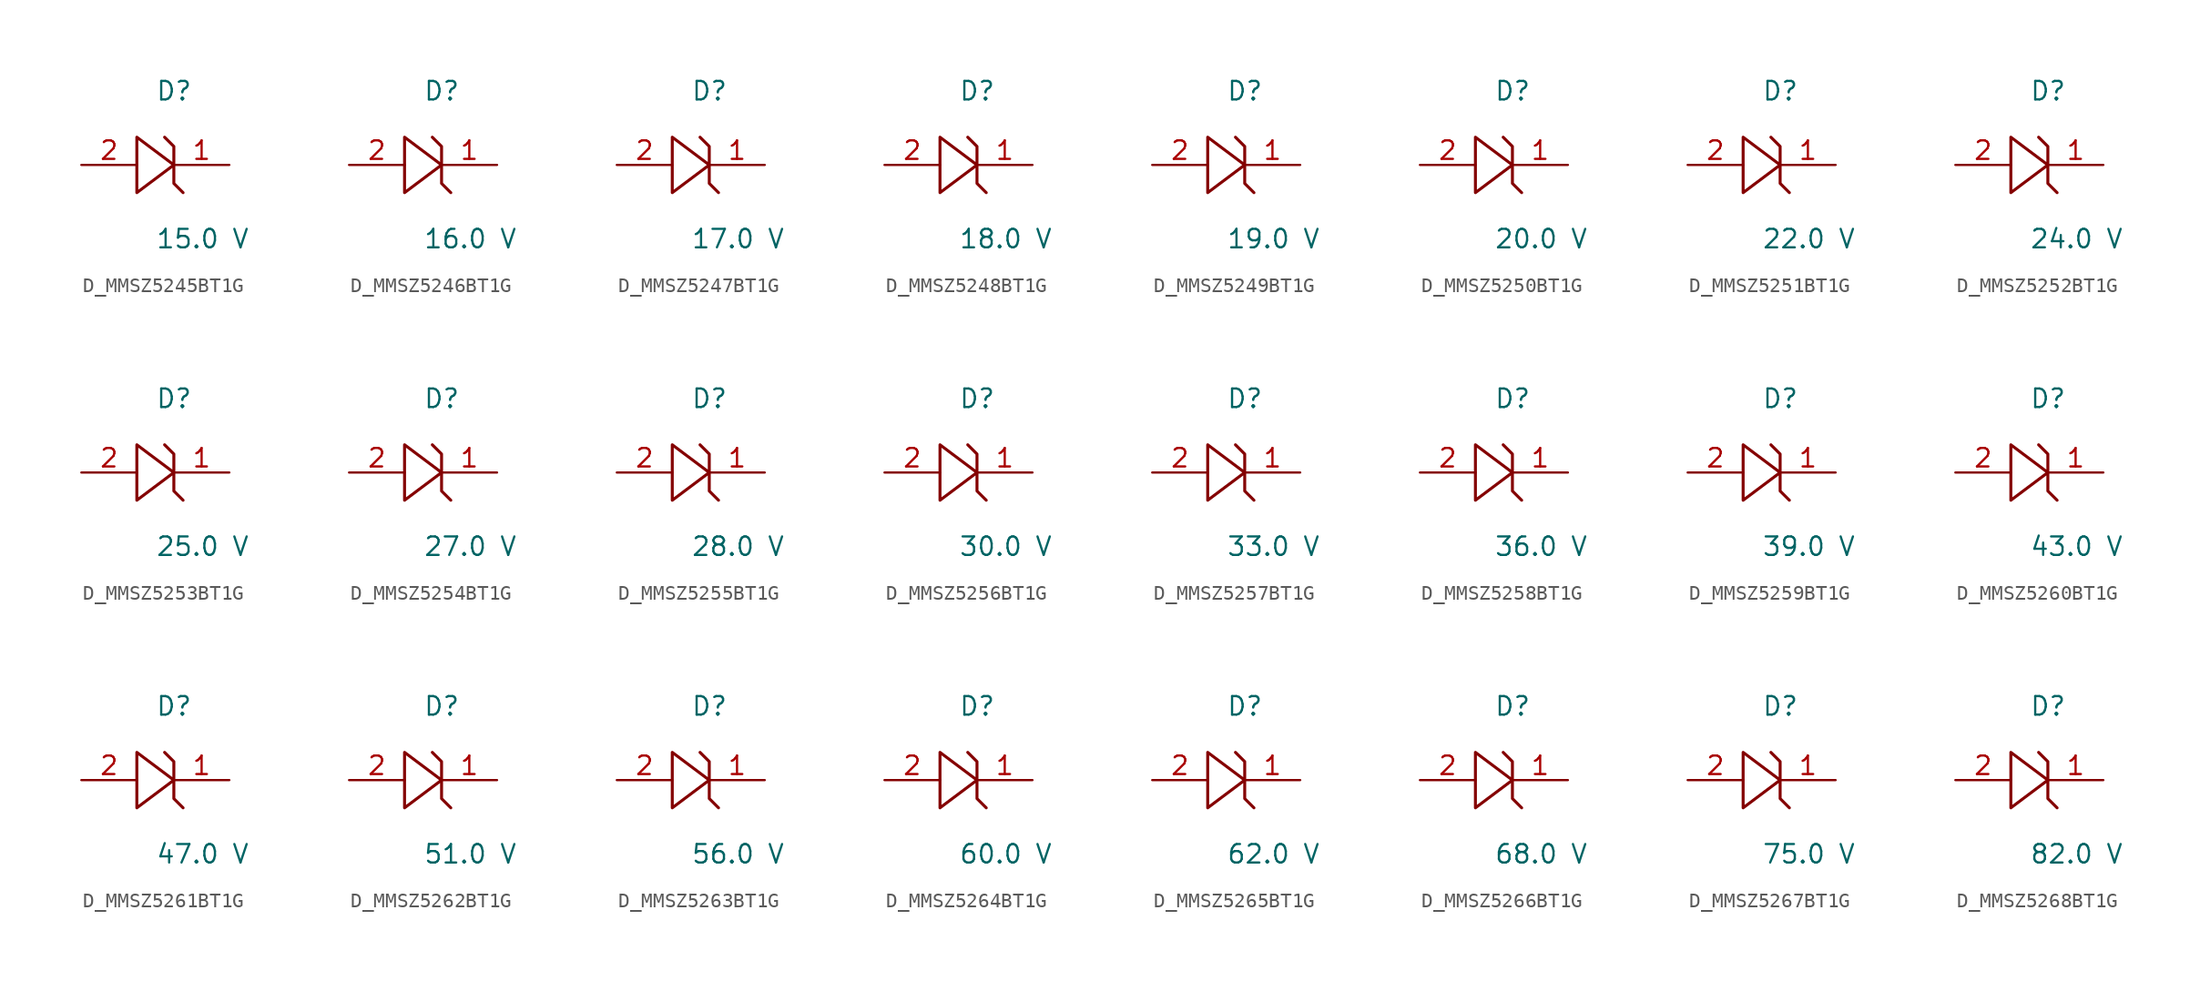
<source format=kicad_sym>
(kicad_symbol_lib
  (version 20231120)
  (generator kicad_symbol_editor)
  (generator_version 8.0)
  (symbol "D_MMSZ5245BT1G"
    (pin_names
      (offset 0.254))
    (property "Reference" "D"
      (at 0.0 5.08 0)
      (effects (font (size 1.27 1.27)) (justify left)))
    (property "Value" "15.0 V"
      (at 0.0 -5.08 0)
      (effects (font (size 1.27 1.27)) (justify left)))
    (symbol "D_MMSZ5245BT1G_1_0"
      (polyline (pts (xy 0.635 1.905) (xy 1.27 1.27) (xy 1.27 0) (xy -1.27 1.905) (xy -1.27 -1.905) (xy 1.27 0) (xy 1.27 -1.27) (xy 1.905 -1.905)) (stroke (width 0.203) (type default)) (fill (type none)))
      (pin unspecified line (at 5.08 0 180) (length 3.81) (name "" (effects (font (size 1.27 1.27)))) (number "1" (effects (font (size 1.27 1.27)))))
      (pin unspecified line (at -5.08 0 0) (length 3.81) (name "" (effects (font (size 1.27 1.27)))) (number "2" (effects (font (size 1.27 1.27)))))))
  (symbol "D_MMSZ5246BT1G"
    (pin_names
      (offset 0.254))
    (property "Reference" "D"
      (at 0.0 5.08 0)
      (effects (font (size 1.27 1.27)) (justify left)))
    (property "Value" "16.0 V"
      (at 0.0 -5.08 0)
      (effects (font (size 1.27 1.27)) (justify left)))
    (symbol "D_MMSZ5246BT1G_1_0"
      (polyline (pts (xy 0.635 1.905) (xy 1.27 1.27) (xy 1.27 0) (xy -1.27 1.905) (xy -1.27 -1.905) (xy 1.27 0) (xy 1.27 -1.27) (xy 1.905 -1.905)) (stroke (width 0.203) (type default)) (fill (type none)))
      (pin unspecified line (at 5.08 0 180) (length 3.81) (name "" (effects (font (size 1.27 1.27)))) (number "1" (effects (font (size 1.27 1.27)))))
      (pin unspecified line (at -5.08 0 0) (length 3.81) (name "" (effects (font (size 1.27 1.27)))) (number "2" (effects (font (size 1.27 1.27)))))))
  (symbol "D_MMSZ5247BT1G"
    (pin_names
      (offset 0.254))
    (property "Reference" "D"
      (at 0.0 5.08 0)
      (effects (font (size 1.27 1.27)) (justify left)))
    (property "Value" "17.0 V"
      (at 0.0 -5.08 0)
      (effects (font (size 1.27 1.27)) (justify left)))
    (symbol "D_MMSZ5247BT1G_1_0"
      (polyline (pts (xy 0.635 1.905) (xy 1.27 1.27) (xy 1.27 0) (xy -1.27 1.905) (xy -1.27 -1.905) (xy 1.27 0) (xy 1.27 -1.27) (xy 1.905 -1.905)) (stroke (width 0.203) (type default)) (fill (type none)))
      (pin unspecified line (at 5.08 0 180) (length 3.81) (name "" (effects (font (size 1.27 1.27)))) (number "1" (effects (font (size 1.27 1.27)))))
      (pin unspecified line (at -5.08 0 0) (length 3.81) (name "" (effects (font (size 1.27 1.27)))) (number "2" (effects (font (size 1.27 1.27)))))))
  (symbol "D_MMSZ5248BT1G"
    (pin_names
      (offset 0.254))
    (property "Reference" "D"
      (at 0.0 5.08 0)
      (effects (font (size 1.27 1.27)) (justify left)))
    (property "Value" "18.0 V"
      (at 0.0 -5.08 0)
      (effects (font (size 1.27 1.27)) (justify left)))
    (symbol "D_MMSZ5248BT1G_1_0"
      (polyline (pts (xy 0.635 1.905) (xy 1.27 1.27) (xy 1.27 0) (xy -1.27 1.905) (xy -1.27 -1.905) (xy 1.27 0) (xy 1.27 -1.27) (xy 1.905 -1.905)) (stroke (width 0.203) (type default)) (fill (type none)))
      (pin unspecified line (at 5.08 0 180) (length 3.81) (name "" (effects (font (size 1.27 1.27)))) (number "1" (effects (font (size 1.27 1.27)))))
      (pin unspecified line (at -5.08 0 0) (length 3.81) (name "" (effects (font (size 1.27 1.27)))) (number "2" (effects (font (size 1.27 1.27)))))))
  (symbol "D_MMSZ5249BT1G"
    (pin_names
      (offset 0.254))
    (property "Reference" "D"
      (at 0.0 5.08 0)
      (effects (font (size 1.27 1.27)) (justify left)))
    (property "Value" "19.0 V"
      (at 0.0 -5.08 0)
      (effects (font (size 1.27 1.27)) (justify left)))
    (symbol "D_MMSZ5249BT1G_1_0"
      (polyline (pts (xy 0.635 1.905) (xy 1.27 1.27) (xy 1.27 0) (xy -1.27 1.905) (xy -1.27 -1.905) (xy 1.27 0) (xy 1.27 -1.27) (xy 1.905 -1.905)) (stroke (width 0.203) (type default)) (fill (type none)))
      (pin unspecified line (at 5.08 0 180) (length 3.81) (name "" (effects (font (size 1.27 1.27)))) (number "1" (effects (font (size 1.27 1.27)))))
      (pin unspecified line (at -5.08 0 0) (length 3.81) (name "" (effects (font (size 1.27 1.27)))) (number "2" (effects (font (size 1.27 1.27)))))))
  (symbol "D_MMSZ5250BT1G"
    (pin_names
      (offset 0.254))
    (property "Reference" "D"
      (at 0.0 5.08 0)
      (effects (font (size 1.27 1.27)) (justify left)))
    (property "Value" "20.0 V"
      (at 0.0 -5.08 0)
      (effects (font (size 1.27 1.27)) (justify left)))
    (symbol "D_MMSZ5250BT1G_1_0"
      (polyline (pts (xy 0.635 1.905) (xy 1.27 1.27) (xy 1.27 0) (xy -1.27 1.905) (xy -1.27 -1.905) (xy 1.27 0) (xy 1.27 -1.27) (xy 1.905 -1.905)) (stroke (width 0.203) (type default)) (fill (type none)))
      (pin unspecified line (at 5.08 0 180) (length 3.81) (name "" (effects (font (size 1.27 1.27)))) (number "1" (effects (font (size 1.27 1.27)))))
      (pin unspecified line (at -5.08 0 0) (length 3.81) (name "" (effects (font (size 1.27 1.27)))) (number "2" (effects (font (size 1.27 1.27)))))))
  (symbol "D_MMSZ5251BT1G"
    (pin_names
      (offset 0.254))
    (property "Reference" "D"
      (at 0.0 5.08 0)
      (effects (font (size 1.27 1.27)) (justify left)))
    (property "Value" "22.0 V"
      (at 0.0 -5.08 0)
      (effects (font (size 1.27 1.27)) (justify left)))
    (symbol "D_MMSZ5251BT1G_1_0"
      (polyline (pts (xy 0.635 1.905) (xy 1.27 1.27) (xy 1.27 0) (xy -1.27 1.905) (xy -1.27 -1.905) (xy 1.27 0) (xy 1.27 -1.27) (xy 1.905 -1.905)) (stroke (width 0.203) (type default)) (fill (type none)))
      (pin unspecified line (at 5.08 0 180) (length 3.81) (name "" (effects (font (size 1.27 1.27)))) (number "1" (effects (font (size 1.27 1.27)))))
      (pin unspecified line (at -5.08 0 0) (length 3.81) (name "" (effects (font (size 1.27 1.27)))) (number "2" (effects (font (size 1.27 1.27)))))))
  (symbol "D_MMSZ5252BT1G"
    (pin_names
      (offset 0.254))
    (property "Reference" "D"
      (at 0.0 5.08 0)
      (effects (font (size 1.27 1.27)) (justify left)))
    (property "Value" "24.0 V"
      (at 0.0 -5.08 0)
      (effects (font (size 1.27 1.27)) (justify left)))
    (symbol "D_MMSZ5252BT1G_1_0"
      (polyline (pts (xy 0.635 1.905) (xy 1.27 1.27) (xy 1.27 0) (xy -1.27 1.905) (xy -1.27 -1.905) (xy 1.27 0) (xy 1.27 -1.27) (xy 1.905 -1.905)) (stroke (width 0.203) (type default)) (fill (type none)))
      (pin unspecified line (at 5.08 0 180) (length 3.81) (name "" (effects (font (size 1.27 1.27)))) (number "1" (effects (font (size 1.27 1.27)))))
      (pin unspecified line (at -5.08 0 0) (length 3.81) (name "" (effects (font (size 1.27 1.27)))) (number "2" (effects (font (size 1.27 1.27)))))))
  (symbol "D_MMSZ5253BT1G"
    (pin_names
      (offset 0.254))
    (property "Reference" "D"
      (at 0.0 5.08 0)
      (effects (font (size 1.27 1.27)) (justify left)))
    (property "Value" "25.0 V"
      (at 0.0 -5.08 0)
      (effects (font (size 1.27 1.27)) (justify left)))
    (symbol "D_MMSZ5253BT1G_1_0"
      (polyline (pts (xy 0.635 1.905) (xy 1.27 1.27) (xy 1.27 0) (xy -1.27 1.905) (xy -1.27 -1.905) (xy 1.27 0) (xy 1.27 -1.27) (xy 1.905 -1.905)) (stroke (width 0.203) (type default)) (fill (type none)))
      (pin unspecified line (at 5.08 0 180) (length 3.81) (name "" (effects (font (size 1.27 1.27)))) (number "1" (effects (font (size 1.27 1.27)))))
      (pin unspecified line (at -5.08 0 0) (length 3.81) (name "" (effects (font (size 1.27 1.27)))) (number "2" (effects (font (size 1.27 1.27)))))))
  (symbol "D_MMSZ5254BT1G"
    (pin_names
      (offset 0.254))
    (property "Reference" "D"
      (at 0.0 5.08 0)
      (effects (font (size 1.27 1.27)) (justify left)))
    (property "Value" "27.0 V"
      (at 0.0 -5.08 0)
      (effects (font (size 1.27 1.27)) (justify left)))
    (symbol "D_MMSZ5254BT1G_1_0"
      (polyline (pts (xy 0.635 1.905) (xy 1.27 1.27) (xy 1.27 0) (xy -1.27 1.905) (xy -1.27 -1.905) (xy 1.27 0) (xy 1.27 -1.27) (xy 1.905 -1.905)) (stroke (width 0.203) (type default)) (fill (type none)))
      (pin unspecified line (at 5.08 0 180) (length 3.81) (name "" (effects (font (size 1.27 1.27)))) (number "1" (effects (font (size 1.27 1.27)))))
      (pin unspecified line (at -5.08 0 0) (length 3.81) (name "" (effects (font (size 1.27 1.27)))) (number "2" (effects (font (size 1.27 1.27)))))))
  (symbol "D_MMSZ5255BT1G"
    (pin_names
      (offset 0.254))
    (property "Reference" "D"
      (at 0.0 5.08 0)
      (effects (font (size 1.27 1.27)) (justify left)))
    (property "Value" "28.0 V"
      (at 0.0 -5.08 0)
      (effects (font (size 1.27 1.27)) (justify left)))
    (symbol "D_MMSZ5255BT1G_1_0"
      (polyline (pts (xy 0.635 1.905) (xy 1.27 1.27) (xy 1.27 0) (xy -1.27 1.905) (xy -1.27 -1.905) (xy 1.27 0) (xy 1.27 -1.27) (xy 1.905 -1.905)) (stroke (width 0.203) (type default)) (fill (type none)))
      (pin unspecified line (at 5.08 0 180) (length 3.81) (name "" (effects (font (size 1.27 1.27)))) (number "1" (effects (font (size 1.27 1.27)))))
      (pin unspecified line (at -5.08 0 0) (length 3.81) (name "" (effects (font (size 1.27 1.27)))) (number "2" (effects (font (size 1.27 1.27)))))))
  (symbol "D_MMSZ5256BT1G"
    (pin_names
      (offset 0.254))
    (property "Reference" "D"
      (at 0.0 5.08 0)
      (effects (font (size 1.27 1.27)) (justify left)))
    (property "Value" "30.0 V"
      (at 0.0 -5.08 0)
      (effects (font (size 1.27 1.27)) (justify left)))
    (symbol "D_MMSZ5256BT1G_1_0"
      (polyline (pts (xy 0.635 1.905) (xy 1.27 1.27) (xy 1.27 0) (xy -1.27 1.905) (xy -1.27 -1.905) (xy 1.27 0) (xy 1.27 -1.27) (xy 1.905 -1.905)) (stroke (width 0.203) (type default)) (fill (type none)))
      (pin unspecified line (at 5.08 0 180) (length 3.81) (name "" (effects (font (size 1.27 1.27)))) (number "1" (effects (font (size 1.27 1.27)))))
      (pin unspecified line (at -5.08 0 0) (length 3.81) (name "" (effects (font (size 1.27 1.27)))) (number "2" (effects (font (size 1.27 1.27)))))))
  (symbol "D_MMSZ5257BT1G"
    (pin_names
      (offset 0.254))
    (property "Reference" "D"
      (at 0.0 5.08 0)
      (effects (font (size 1.27 1.27)) (justify left)))
    (property "Value" "33.0 V"
      (at 0.0 -5.08 0)
      (effects (font (size 1.27 1.27)) (justify left)))
    (symbol "D_MMSZ5257BT1G_1_0"
      (polyline (pts (xy 0.635 1.905) (xy 1.27 1.27) (xy 1.27 0) (xy -1.27 1.905) (xy -1.27 -1.905) (xy 1.27 0) (xy 1.27 -1.27) (xy 1.905 -1.905)) (stroke (width 0.203) (type default)) (fill (type none)))
      (pin unspecified line (at 5.08 0 180) (length 3.81) (name "" (effects (font (size 1.27 1.27)))) (number "1" (effects (font (size 1.27 1.27)))))
      (pin unspecified line (at -5.08 0 0) (length 3.81) (name "" (effects (font (size 1.27 1.27)))) (number "2" (effects (font (size 1.27 1.27)))))))
  (symbol "D_MMSZ5258BT1G"
    (pin_names
      (offset 0.254))
    (property "Reference" "D"
      (at 0.0 5.08 0)
      (effects (font (size 1.27 1.27)) (justify left)))
    (property "Value" "36.0 V"
      (at 0.0 -5.08 0)
      (effects (font (size 1.27 1.27)) (justify left)))
    (symbol "D_MMSZ5258BT1G_1_0"
      (polyline (pts (xy 0.635 1.905) (xy 1.27 1.27) (xy 1.27 0) (xy -1.27 1.905) (xy -1.27 -1.905) (xy 1.27 0) (xy 1.27 -1.27) (xy 1.905 -1.905)) (stroke (width 0.203) (type default)) (fill (type none)))
      (pin unspecified line (at 5.08 0 180) (length 3.81) (name "" (effects (font (size 1.27 1.27)))) (number "1" (effects (font (size 1.27 1.27)))))
      (pin unspecified line (at -5.08 0 0) (length 3.81) (name "" (effects (font (size 1.27 1.27)))) (number "2" (effects (font (size 1.27 1.27)))))))
  (symbol "D_MMSZ5259BT1G"
    (pin_names
      (offset 0.254))
    (property "Reference" "D"
      (at 0.0 5.08 0)
      (effects (font (size 1.27 1.27)) (justify left)))
    (property "Value" "39.0 V"
      (at 0.0 -5.08 0)
      (effects (font (size 1.27 1.27)) (justify left)))
    (symbol "D_MMSZ5259BT1G_1_0"
      (polyline (pts (xy 0.635 1.905) (xy 1.27 1.27) (xy 1.27 0) (xy -1.27 1.905) (xy -1.27 -1.905) (xy 1.27 0) (xy 1.27 -1.27) (xy 1.905 -1.905)) (stroke (width 0.203) (type default)) (fill (type none)))
      (pin unspecified line (at 5.08 0 180) (length 3.81) (name "" (effects (font (size 1.27 1.27)))) (number "1" (effects (font (size 1.27 1.27)))))
      (pin unspecified line (at -5.08 0 0) (length 3.81) (name "" (effects (font (size 1.27 1.27)))) (number "2" (effects (font (size 1.27 1.27)))))))
  (symbol "D_MMSZ5260BT1G"
    (pin_names
      (offset 0.254))
    (property "Reference" "D"
      (at 0.0 5.08 0)
      (effects (font (size 1.27 1.27)) (justify left)))
    (property "Value" "43.0 V"
      (at 0.0 -5.08 0)
      (effects (font (size 1.27 1.27)) (justify left)))
    (symbol "D_MMSZ5260BT1G_1_0"
      (polyline (pts (xy 0.635 1.905) (xy 1.27 1.27) (xy 1.27 0) (xy -1.27 1.905) (xy -1.27 -1.905) (xy 1.27 0) (xy 1.27 -1.27) (xy 1.905 -1.905)) (stroke (width 0.203) (type default)) (fill (type none)))
      (pin unspecified line (at 5.08 0 180) (length 3.81) (name "" (effects (font (size 1.27 1.27)))) (number "1" (effects (font (size 1.27 1.27)))))
      (pin unspecified line (at -5.08 0 0) (length 3.81) (name "" (effects (font (size 1.27 1.27)))) (number "2" (effects (font (size 1.27 1.27)))))))
  (symbol "D_MMSZ5261BT1G"
    (pin_names
      (offset 0.254))
    (property "Reference" "D"
      (at 0.0 5.08 0)
      (effects (font (size 1.27 1.27)) (justify left)))
    (property "Value" "47.0 V"
      (at 0.0 -5.08 0)
      (effects (font (size 1.27 1.27)) (justify left)))
    (symbol "D_MMSZ5261BT1G_1_0"
      (polyline (pts (xy 0.635 1.905) (xy 1.27 1.27) (xy 1.27 0) (xy -1.27 1.905) (xy -1.27 -1.905) (xy 1.27 0) (xy 1.27 -1.27) (xy 1.905 -1.905)) (stroke (width 0.203) (type default)) (fill (type none)))
      (pin unspecified line (at 5.08 0 180) (length 3.81) (name "" (effects (font (size 1.27 1.27)))) (number "1" (effects (font (size 1.27 1.27)))))
      (pin unspecified line (at -5.08 0 0) (length 3.81) (name "" (effects (font (size 1.27 1.27)))) (number "2" (effects (font (size 1.27 1.27)))))))
  (symbol "D_MMSZ5262BT1G"
    (pin_names
      (offset 0.254))
    (property "Reference" "D"
      (at 0.0 5.08 0)
      (effects (font (size 1.27 1.27)) (justify left)))
    (property "Value" "51.0 V"
      (at 0.0 -5.08 0)
      (effects (font (size 1.27 1.27)) (justify left)))
    (symbol "D_MMSZ5262BT1G_1_0"
      (polyline (pts (xy 0.635 1.905) (xy 1.27 1.27) (xy 1.27 0) (xy -1.27 1.905) (xy -1.27 -1.905) (xy 1.27 0) (xy 1.27 -1.27) (xy 1.905 -1.905)) (stroke (width 0.203) (type default)) (fill (type none)))
      (pin unspecified line (at 5.08 0 180) (length 3.81) (name "" (effects (font (size 1.27 1.27)))) (number "1" (effects (font (size 1.27 1.27)))))
      (pin unspecified line (at -5.08 0 0) (length 3.81) (name "" (effects (font (size 1.27 1.27)))) (number "2" (effects (font (size 1.27 1.27)))))))
  (symbol "D_MMSZ5263BT1G"
    (pin_names
      (offset 0.254))
    (property "Reference" "D"
      (at 0.0 5.08 0)
      (effects (font (size 1.27 1.27)) (justify left)))
    (property "Value" "56.0 V"
      (at 0.0 -5.08 0)
      (effects (font (size 1.27 1.27)) (justify left)))
    (symbol "D_MMSZ5263BT1G_1_0"
      (polyline (pts (xy 0.635 1.905) (xy 1.27 1.27) (xy 1.27 0) (xy -1.27 1.905) (xy -1.27 -1.905) (xy 1.27 0) (xy 1.27 -1.27) (xy 1.905 -1.905)) (stroke (width 0.203) (type default)) (fill (type none)))
      (pin unspecified line (at 5.08 0 180) (length 3.81) (name "" (effects (font (size 1.27 1.27)))) (number "1" (effects (font (size 1.27 1.27)))))
      (pin unspecified line (at -5.08 0 0) (length 3.81) (name "" (effects (font (size 1.27 1.27)))) (number "2" (effects (font (size 1.27 1.27)))))))
  (symbol "D_MMSZ5264BT1G"
    (pin_names
      (offset 0.254))
    (property "Reference" "D"
      (at 0.0 5.08 0)
      (effects (font (size 1.27 1.27)) (justify left)))
    (property "Value" "60.0 V"
      (at 0.0 -5.08 0)
      (effects (font (size 1.27 1.27)) (justify left)))
    (symbol "D_MMSZ5264BT1G_1_0"
      (polyline (pts (xy 0.635 1.905) (xy 1.27 1.27) (xy 1.27 0) (xy -1.27 1.905) (xy -1.27 -1.905) (xy 1.27 0) (xy 1.27 -1.27) (xy 1.905 -1.905)) (stroke (width 0.203) (type default)) (fill (type none)))
      (pin unspecified line (at 5.08 0 180) (length 3.81) (name "" (effects (font (size 1.27 1.27)))) (number "1" (effects (font (size 1.27 1.27)))))
      (pin unspecified line (at -5.08 0 0) (length 3.81) (name "" (effects (font (size 1.27 1.27)))) (number "2" (effects (font (size 1.27 1.27)))))))
  (symbol "D_MMSZ5265BT1G"
    (pin_names
      (offset 0.254))
    (property "Reference" "D"
      (at 0.0 5.08 0)
      (effects (font (size 1.27 1.27)) (justify left)))
    (property "Value" "62.0 V"
      (at 0.0 -5.08 0)
      (effects (font (size 1.27 1.27)) (justify left)))
    (symbol "D_MMSZ5265BT1G_1_0"
      (polyline (pts (xy 0.635 1.905) (xy 1.27 1.27) (xy 1.27 0) (xy -1.27 1.905) (xy -1.27 -1.905) (xy 1.27 0) (xy 1.27 -1.27) (xy 1.905 -1.905)) (stroke (width 0.203) (type default)) (fill (type none)))
      (pin unspecified line (at 5.08 0 180) (length 3.81) (name "" (effects (font (size 1.27 1.27)))) (number "1" (effects (font (size 1.27 1.27)))))
      (pin unspecified line (at -5.08 0 0) (length 3.81) (name "" (effects (font (size 1.27 1.27)))) (number "2" (effects (font (size 1.27 1.27)))))))
  (symbol "D_MMSZ5266BT1G"
    (pin_names
      (offset 0.254))
    (property "Reference" "D"
      (at 0.0 5.08 0)
      (effects (font (size 1.27 1.27)) (justify left)))
    (property "Value" "68.0 V"
      (at 0.0 -5.08 0)
      (effects (font (size 1.27 1.27)) (justify left)))
    (symbol "D_MMSZ5266BT1G_1_0"
      (polyline (pts (xy 0.635 1.905) (xy 1.27 1.27) (xy 1.27 0) (xy -1.27 1.905) (xy -1.27 -1.905) (xy 1.27 0) (xy 1.27 -1.27) (xy 1.905 -1.905)) (stroke (width 0.203) (type default)) (fill (type none)))
      (pin unspecified line (at 5.08 0 180) (length 3.81) (name "" (effects (font (size 1.27 1.27)))) (number "1" (effects (font (size 1.27 1.27)))))
      (pin unspecified line (at -5.08 0 0) (length 3.81) (name "" (effects (font (size 1.27 1.27)))) (number "2" (effects (font (size 1.27 1.27)))))))
  (symbol "D_MMSZ5267BT1G"
    (pin_names
      (offset 0.254))
    (property "Reference" "D"
      (at 0.0 5.08 0)
      (effects (font (size 1.27 1.27)) (justify left)))
    (property "Value" "75.0 V"
      (at 0.0 -5.08 0)
      (effects (font (size 1.27 1.27)) (justify left)))
    (symbol "D_MMSZ5267BT1G_1_0"
      (polyline (pts (xy 0.635 1.905) (xy 1.27 1.27) (xy 1.27 0) (xy -1.27 1.905) (xy -1.27 -1.905) (xy 1.27 0) (xy 1.27 -1.27) (xy 1.905 -1.905)) (stroke (width 0.203) (type default)) (fill (type none)))
      (pin unspecified line (at 5.08 0 180) (length 3.81) (name "" (effects (font (size 1.27 1.27)))) (number "1" (effects (font (size 1.27 1.27)))))
      (pin unspecified line (at -5.08 0 0) (length 3.81) (name "" (effects (font (size 1.27 1.27)))) (number "2" (effects (font (size 1.27 1.27)))))))
  (symbol "D_MMSZ5268BT1G"
    (pin_names
      (offset 0.254))
    (property "Reference" "D"
      (at 0.0 5.08 0)
      (effects (font (size 1.27 1.27)) (justify left)))
    (property "Value" "82.0 V"
      (at 0.0 -5.08 0)
      (effects (font (size 1.27 1.27)) (justify left)))
    (symbol "D_MMSZ5268BT1G_1_0"
      (polyline (pts (xy 0.635 1.905) (xy 1.27 1.27) (xy 1.27 0) (xy -1.27 1.905) (xy -1.27 -1.905) (xy 1.27 0) (xy 1.27 -1.27) (xy 1.905 -1.905)) (stroke (width 0.203) (type default)) (fill (type none)))
      (pin unspecified line (at 5.08 0 180) (length 3.81) (name "" (effects (font (size 1.27 1.27)))) (number "1" (effects (font (size 1.27 1.27)))))
      (pin unspecified line (at -5.08 0 0) (length 3.81) (name "" (effects (font (size 1.27 1.27)))) (number "2" (effects (font (size 1.27 1.27))))))))
</source>
